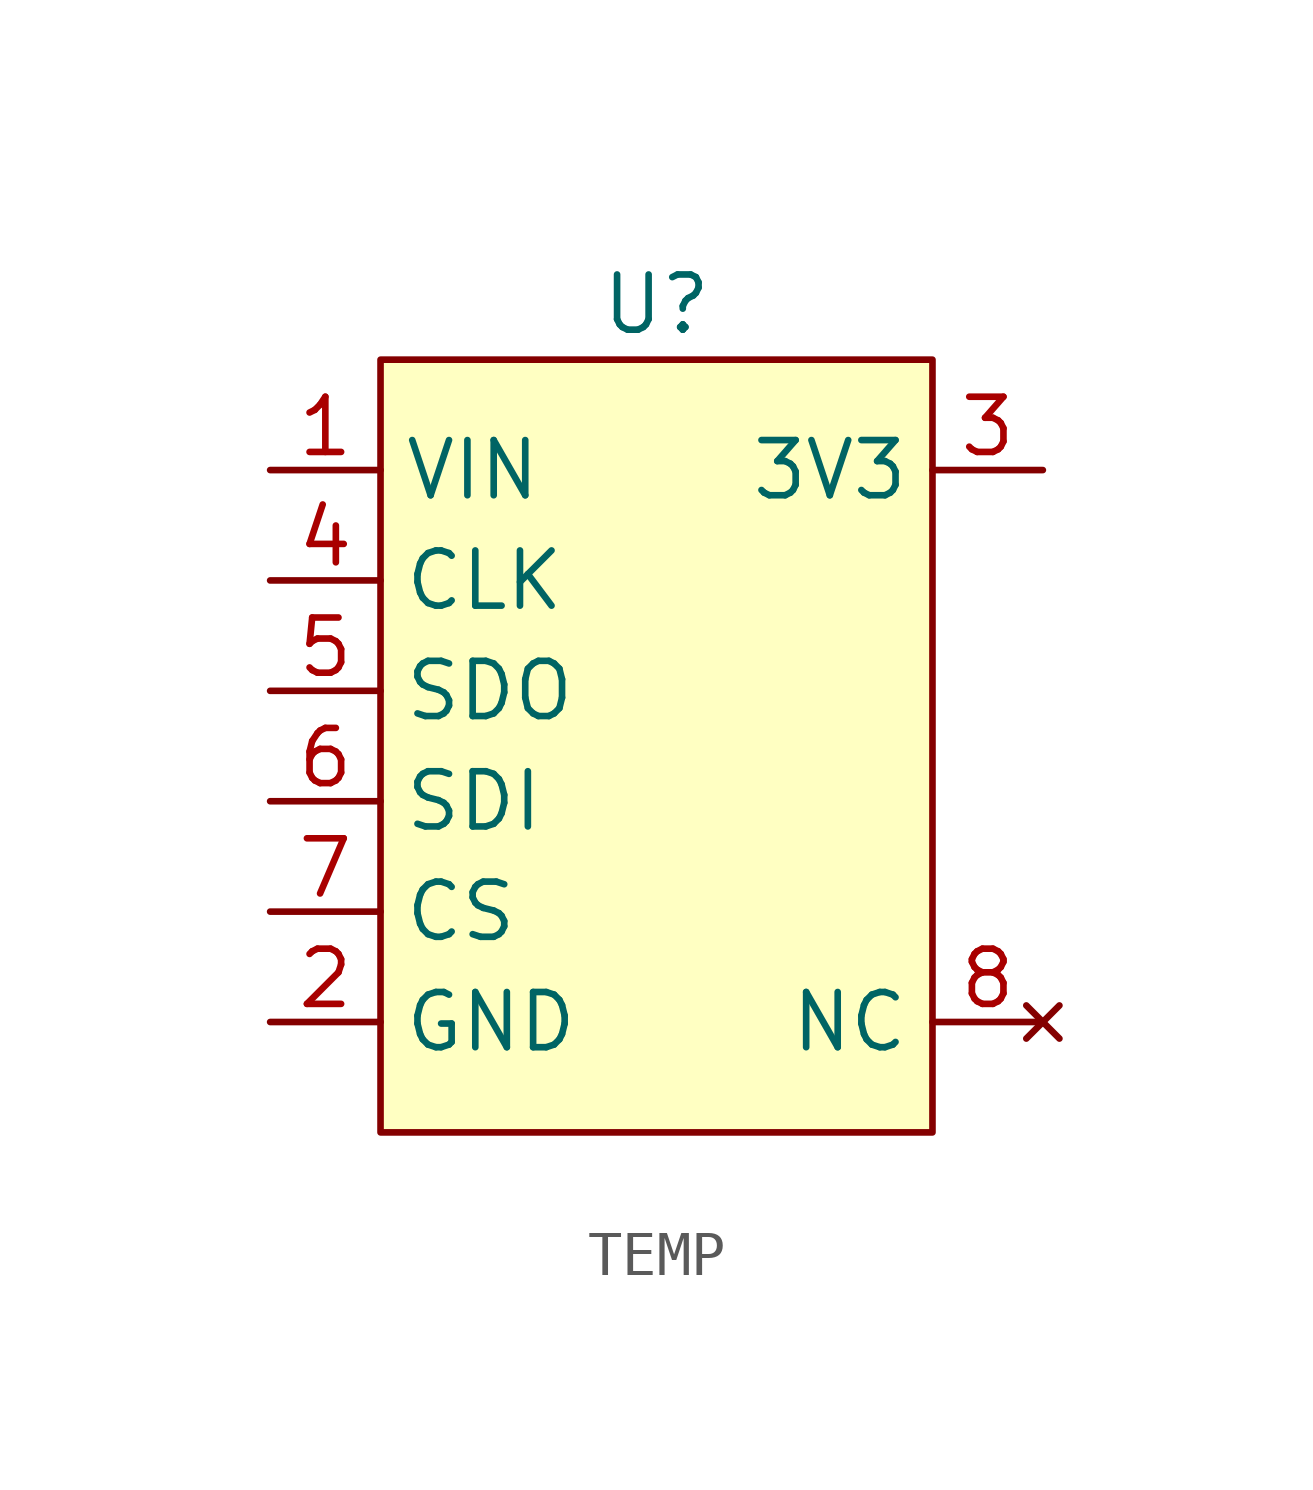
<source format=kicad_sym>
(kicad_symbol_lib
  (version 20231120)
  (generator "kicad_symbol_editor")
  (generator_version "8.0")
  (symbol "TEMP"
    (property "Reference" "U"
      (at 0 1.27 0)
      (effects (font (size 1.27 1.27))))
    (property "Value" ""
      (at 0 0 0)
      (effects (font (size 1.27 1.27))))
    (symbol "TEMP_1_1"
      (rectangle (start -6.35 0) (end 6.35 -17.78) (stroke (width 0) (type default)) (fill (type background)))
      (pin power_in line (at -8.89 -2.54 0) (length 2.54) (name "VIN" (effects (font (size 1.27 1.27)))) (number "1" (effects (font (size 1.27 1.27)))))
      (pin power_in line (at -8.89 -15.24 0) (length 2.54) (name "GND" (effects (font (size 1.27 1.27)))) (number "2" (effects (font (size 1.27 1.27)))))
      (pin power_out line (at 8.89 -2.54 180) (length 2.54) (name "3V3" (effects (font (size 1.27 1.27)))) (number "3" (effects (font (size 1.27 1.27)))))
      (pin input line (at -8.89 -5.08 0) (length 2.54) (name "CLK" (effects (font (size 1.27 1.27)))) (number "4" (effects (font (size 1.27 1.27)))))
      (pin input line (at -8.89 -7.62 0) (length 2.54) (name "SDO" (effects (font (size 1.27 1.27)))) (number "5" (effects (font (size 1.27 1.27)))))
      (pin input line (at -8.89 -10.16 0) (length 2.54) (name "SDI" (effects (font (size 1.27 1.27)))) (number "6" (effects (font (size 1.27 1.27)))))
      (pin input line (at -8.89 -12.7 0) (length 2.54) (name "CS" (effects (font (size 1.27 1.27)))) (number "7" (effects (font (size 1.27 1.27)))))
      (pin no_connect line (at 8.89 -15.24 180) (length 2.54) (name "NC" (effects (font (size 1.27 1.27)))) (number "8" (effects (font (size 1.27 1.27))))))))
</source>
